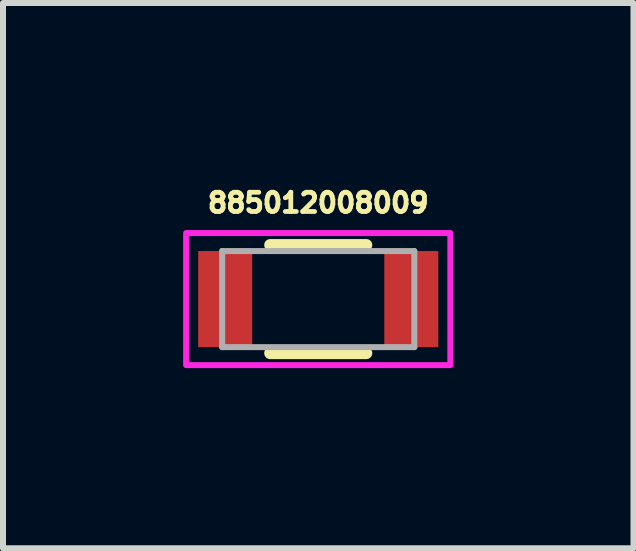
<source format=kicad_pcb>
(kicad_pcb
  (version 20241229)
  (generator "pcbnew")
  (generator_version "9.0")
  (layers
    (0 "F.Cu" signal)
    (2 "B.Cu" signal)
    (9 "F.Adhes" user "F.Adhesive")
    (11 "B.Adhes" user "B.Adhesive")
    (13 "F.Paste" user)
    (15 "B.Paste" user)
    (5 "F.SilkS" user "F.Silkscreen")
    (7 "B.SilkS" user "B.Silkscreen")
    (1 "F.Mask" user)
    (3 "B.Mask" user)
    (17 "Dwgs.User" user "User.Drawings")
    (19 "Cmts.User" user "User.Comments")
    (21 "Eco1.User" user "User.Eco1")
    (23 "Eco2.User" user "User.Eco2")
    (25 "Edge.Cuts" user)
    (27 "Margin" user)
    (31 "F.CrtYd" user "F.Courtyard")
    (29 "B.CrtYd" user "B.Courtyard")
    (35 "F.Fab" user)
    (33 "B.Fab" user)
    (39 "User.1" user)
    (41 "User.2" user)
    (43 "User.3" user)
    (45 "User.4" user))
  (footprint "885012008009"
    (layer "F.Cu")
    (at 2.25 1.931)
    (property "Reference" "885012008009" (at 0 -1.603 0) (layer "F.SilkS") (effects (font (size 0.32 0.32) (thickness 0.08))))
    (attr smd)
    (fp_line (start -0.8 -0.9) (end 0.8 -0.9) (stroke (width 0.2) (type solid)) (layer "F.SilkS"))
    (fp_line (start 0.8 0.9) (end -0.8 0.9) (stroke (width 0.2) (type solid)) (layer "F.SilkS"))
    (fp_poly (pts (xy -2.2 -1.1) (xy 2.2 -1.1) (xy 2.2 1.1) (xy -2.2 1.1)) (stroke (width 0.1) (type solid)) (fill no) (layer "F.CrtYd"))
    (fp_line (start -1.6 -0.8) (end -1.6 0.8) (stroke (width 0.1) (type solid)) (layer "F.Fab"))
    (fp_line (start -1.6 -0.8) (end 1.6 -0.8) (stroke (width 0.1) (type solid)) (layer "F.Fab"))
    (fp_line (start -1.6 0.8) (end 1.6 0.8) (stroke (width 0.1) (type solid)) (layer "F.Fab"))
    (fp_line (start 1.6 0.8) (end 1.6 -0.8) (stroke (width 0.1) (type solid)) (layer "F.Fab"))
    (pad "1" smd rect (at -1.55 0) (size 0.9 1.6) (layers "F.Cu" "F.Mask" "F.Paste"))
    (pad "2" smd rect (at 1.55 0) (size 0.9 1.6) (layers "F.Cu" "F.Mask" "F.Paste")))
  (gr_rect
    (start -3 -3)
    (end 7.5 6.081)
    (stroke (width 0.1) (type default))
    (fill no)
    (layer "Edge.Cuts")))
</source>
